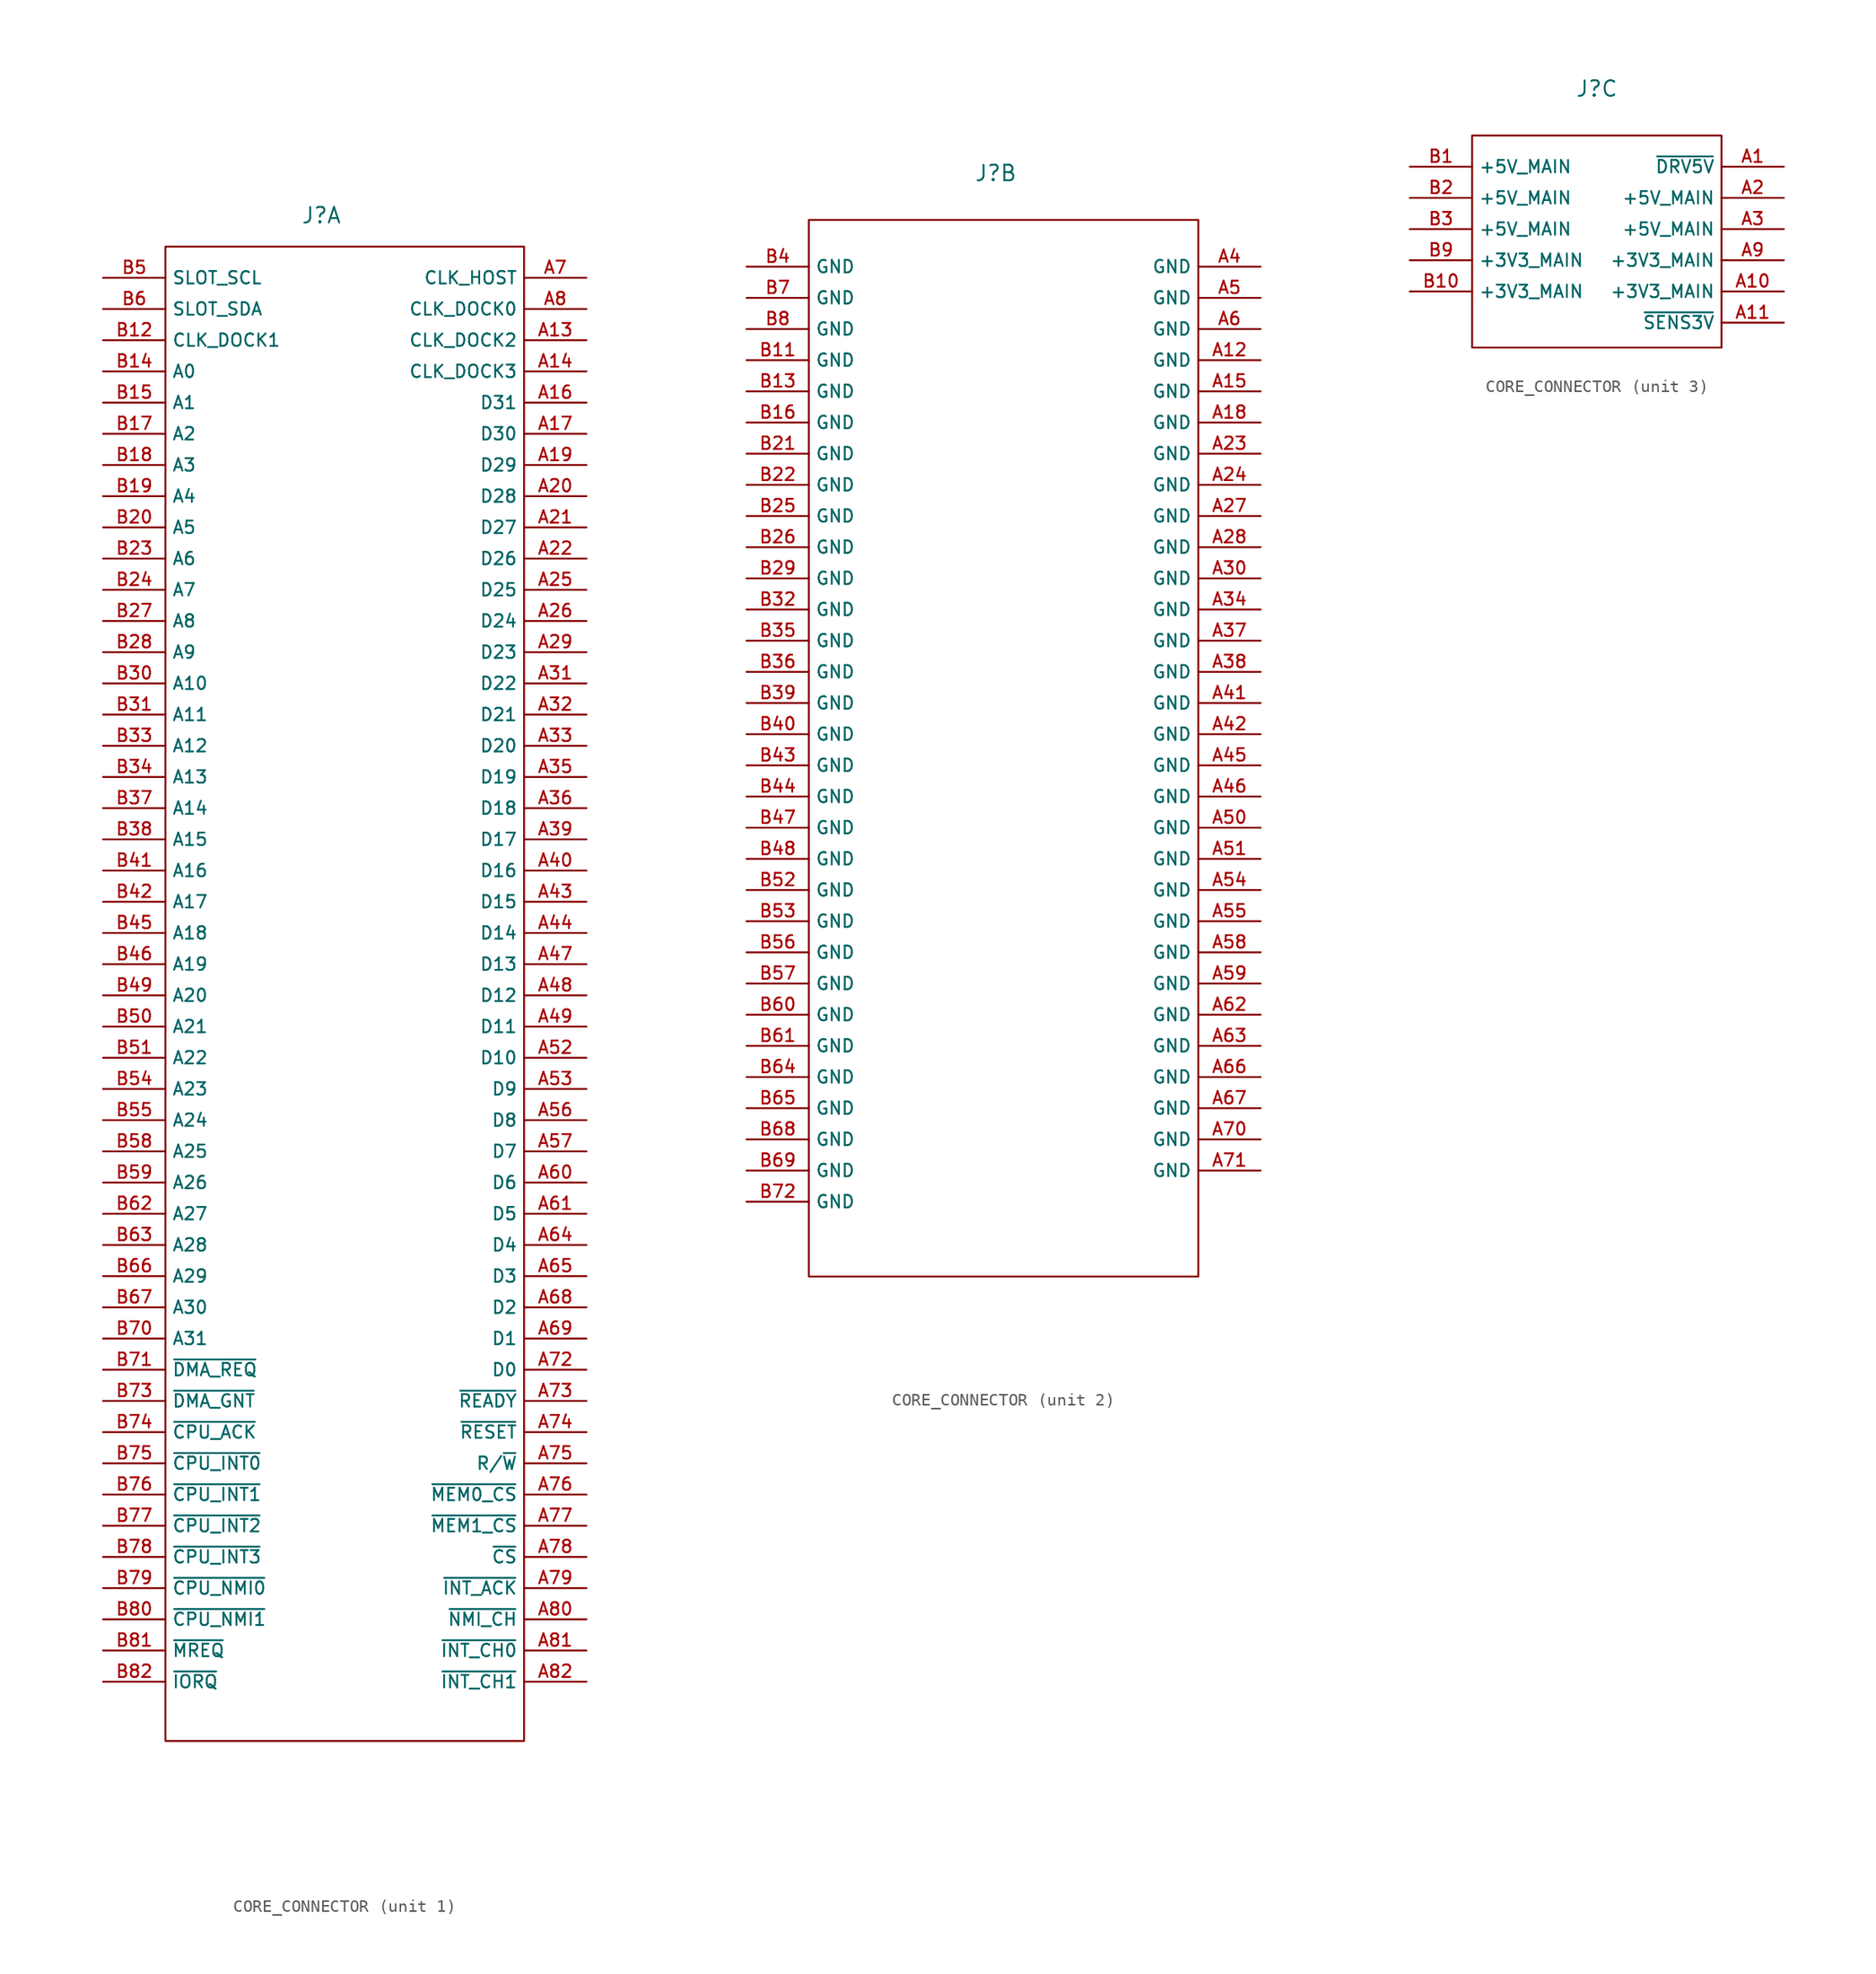
<source format=kicad_sym>
(kicad_symbol_lib
  (version 20241209)
  (generator "kicad_symbol_editor")
  (generator_version "9.0")
  (symbol "CORE_CONNECTOR"
    (property "Reference" "J"
      (at -11.43 2.54 0)
      (effects (font (size 1.27 1.27))))
    (property "Value" ""
      (at -11.43 2.54 0)
      (effects (font (size 1.27 1.27))))
    (property "ki_locked" ""
      (at 0 0 0)
      (effects (font (size 1.27 1.27))))
    (symbol "CORE_CONNECTOR_1_0"
      (pin bidirectional line (at -29.21 -2.54 0) (length 5.08) (name "SLOT_SCL" (effects (font (size 1.016 1.016)))) (number "B5" (effects (font (size 1.016 1.016)))))
      (pin bidirectional line (at -29.21 -5.08 0) (length 5.08) (name "SLOT_SDA" (effects (font (size 1.016 1.016)))) (number "B6" (effects (font (size 1.016 1.016)))))
      (pin bidirectional line (at -29.21 -7.62 0) (length 5.08) (name "CLK_DOCK1" (effects (font (size 1.016 1.016)))) (number "B12" (effects (font (size 1.016 1.016)))))
      (pin bidirectional line (at -29.21 -10.16 0) (length 5.08) (name "A0" (effects (font (size 1.016 1.016)))) (number "B14" (effects (font (size 1.016 1.016)))))
      (pin bidirectional line (at -29.21 -12.7 0) (length 5.08) (name "A1" (effects (font (size 1.016 1.016)))) (number "B15" (effects (font (size 1.016 1.016)))))
      (pin bidirectional line (at -29.21 -15.24 0) (length 5.08) (name "A2" (effects (font (size 1.016 1.016)))) (number "B17" (effects (font (size 1.016 1.016)))))
      (pin bidirectional line (at -29.21 -17.78 0) (length 5.08) (name "A3" (effects (font (size 1.016 1.016)))) (number "B18" (effects (font (size 1.016 1.016)))))
      (pin bidirectional line (at -29.21 -20.32 0) (length 5.08) (name "A4" (effects (font (size 1.016 1.016)))) (number "B19" (effects (font (size 1.016 1.016)))))
      (pin bidirectional line (at -29.21 -22.86 0) (length 5.08) (name "A5" (effects (font (size 1.016 1.016)))) (number "B20" (effects (font (size 1.016 1.016)))))
      (pin bidirectional line (at -29.21 -25.4 0) (length 5.08) (name "A6" (effects (font (size 1.016 1.016)))) (number "B23" (effects (font (size 1.016 1.016)))))
      (pin bidirectional line (at -29.21 -27.94 0) (length 5.08) (name "A7" (effects (font (size 1.016 1.016)))) (number "B24" (effects (font (size 1.016 1.016)))))
      (pin bidirectional line (at -29.21 -30.48 0) (length 5.08) (name "A8" (effects (font (size 1.016 1.016)))) (number "B27" (effects (font (size 1.016 1.016)))))
      (pin bidirectional line (at -29.21 -33.02 0) (length 5.08) (name "A9" (effects (font (size 1.016 1.016)))) (number "B28" (effects (font (size 1.016 1.016)))))
      (pin bidirectional line (at -29.21 -35.56 0) (length 5.08) (name "A10" (effects (font (size 1.016 1.016)))) (number "B30" (effects (font (size 1.016 1.016)))))
      (pin bidirectional line (at -29.21 -38.1 0) (length 5.08) (name "A11" (effects (font (size 1.016 1.016)))) (number "B31" (effects (font (size 1.016 1.016)))))
      (pin bidirectional line (at -29.21 -40.64 0) (length 5.08) (name "A12" (effects (font (size 1.016 1.016)))) (number "B33" (effects (font (size 1.016 1.016)))))
      (pin bidirectional line (at -29.21 -43.18 0) (length 5.08) (name "A13" (effects (font (size 1.016 1.016)))) (number "B34" (effects (font (size 1.016 1.016)))))
      (pin bidirectional line (at -29.21 -45.72 0) (length 5.08) (name "A14" (effects (font (size 1.016 1.016)))) (number "B37" (effects (font (size 1.016 1.016)))))
      (pin bidirectional line (at -29.21 -48.26 0) (length 5.08) (name "A15" (effects (font (size 1.016 1.016)))) (number "B38" (effects (font (size 1.016 1.016)))))
      (pin bidirectional line (at -29.21 -50.8 0) (length 5.08) (name "A16" (effects (font (size 1.016 1.016)))) (number "B41" (effects (font (size 1.016 1.016)))))
      (pin bidirectional line (at -29.21 -53.34 0) (length 5.08) (name "A17" (effects (font (size 1.016 1.016)))) (number "B42" (effects (font (size 1.016 1.016)))))
      (pin bidirectional line (at -29.21 -55.88 0) (length 5.08) (name "A18" (effects (font (size 1.016 1.016)))) (number "B45" (effects (font (size 1.016 1.016)))))
      (pin bidirectional line (at -29.21 -58.42 0) (length 5.08) (name "A19" (effects (font (size 1.016 1.016)))) (number "B46" (effects (font (size 1.016 1.016)))))
      (pin bidirectional line (at -29.21 -60.96 0) (length 5.08) (name "A20" (effects (font (size 1.016 1.016)))) (number "B49" (effects (font (size 1.016 1.016)))))
      (pin bidirectional line (at -29.21 -63.5 0) (length 5.08) (name "A21" (effects (font (size 1.016 1.016)))) (number "B50" (effects (font (size 1.016 1.016)))))
      (pin bidirectional line (at -29.21 -66.04 0) (length 5.08) (name "A22" (effects (font (size 1.016 1.016)))) (number "B51" (effects (font (size 1.016 1.016)))))
      (pin bidirectional line (at -29.21 -68.58 0) (length 5.08) (name "A23" (effects (font (size 1.016 1.016)))) (number "B54" (effects (font (size 1.016 1.016)))))
      (pin bidirectional line (at -29.21 -71.12 0) (length 5.08) (name "A24" (effects (font (size 1.016 1.016)))) (number "B55" (effects (font (size 1.016 1.016)))))
      (pin bidirectional line (at -29.21 -73.66 0) (length 5.08) (name "A25" (effects (font (size 1.016 1.016)))) (number "B58" (effects (font (size 1.016 1.016)))))
      (pin bidirectional line (at -29.21 -76.2 0) (length 5.08) (name "A26" (effects (font (size 1.016 1.016)))) (number "B59" (effects (font (size 1.016 1.016)))))
      (pin bidirectional line (at -29.21 -78.74 0) (length 5.08) (name "A27" (effects (font (size 1.016 1.016)))) (number "B62" (effects (font (size 1.016 1.016)))))
      (pin bidirectional line (at -29.21 -81.28 0) (length 5.08) (name "A28" (effects (font (size 1.016 1.016)))) (number "B63" (effects (font (size 1.016 1.016)))))
      (pin bidirectional line (at -29.21 -83.82 0) (length 5.08) (name "A29" (effects (font (size 1.016 1.016)))) (number "B66" (effects (font (size 1.016 1.016)))))
      (pin bidirectional line (at -29.21 -86.36 0) (length 5.08) (name "A30" (effects (font (size 1.016 1.016)))) (number "B67" (effects (font (size 1.016 1.016)))))
      (pin bidirectional line (at -29.21 -88.9 0) (length 5.08) (name "A31" (effects (font (size 1.016 1.016)))) (number "B70" (effects (font (size 1.016 1.016)))))
      (pin bidirectional line (at -29.21 -91.44 0) (length 5.08) (name "~{DMA_REQ}" (effects (font (size 1.016 1.016)))) (number "B71" (effects (font (size 1.016 1.016)))))
      (pin bidirectional line (at -29.21 -93.98 0) (length 5.08) (name "~{DMA_GNT}" (effects (font (size 1.016 1.016)))) (number "B73" (effects (font (size 1.016 1.016)))))
      (pin bidirectional line (at -29.21 -96.52 0) (length 5.08) (name "~{CPU_ACK}" (effects (font (size 1.016 1.016)))) (number "B74" (effects (font (size 1.016 1.016)))))
      (pin bidirectional line (at -29.21 -99.06 0) (length 5.08) (name "~{CPU_INT0}" (effects (font (size 1.016 1.016)))) (number "B75" (effects (font (size 1.016 1.016)))))
      (pin bidirectional line (at -29.21 -101.6 0) (length 5.08) (name "~{CPU_INT1}" (effects (font (size 1.016 1.016)))) (number "B76" (effects (font (size 1.016 1.016)))))
      (pin bidirectional line (at -29.21 -104.14 0) (length 5.08) (name "~{CPU_INT2}" (effects (font (size 1.016 1.016)))) (number "B77" (effects (font (size 1.016 1.016)))))
      (pin bidirectional line (at -29.21 -106.68 0) (length 5.08) (name "~{CPU_INT3}" (effects (font (size 1.016 1.016)))) (number "B78" (effects (font (size 1.016 1.016)))))
      (pin bidirectional line (at -29.21 -109.22 0) (length 5.08) (name "~{CPU_NMI0}" (effects (font (size 1.016 1.016)))) (number "B79" (effects (font (size 1.016 1.016)))))
      (pin bidirectional line (at -29.21 -111.76 0) (length 5.08) (name "~{CPU_NMI1}" (effects (font (size 1.016 1.016)))) (number "B80" (effects (font (size 1.016 1.016)))))
      (pin bidirectional line (at -29.21 -114.3 0) (length 5.08) (name "~{MREQ}" (effects (font (size 1.016 1.016)))) (number "B81" (effects (font (size 1.016 1.016)))))
      (pin bidirectional line (at -29.21 -116.84 0) (length 5.08) (name "~{IORQ}" (effects (font (size 1.016 1.016)))) (number "B82" (effects (font (size 1.016 1.016)))))
      (pin bidirectional line (at 10.16 -2.54 180) (length 5.08) (name "CLK_HOST" (effects (font (size 1.016 1.016)))) (number "A7" (effects (font (size 1.016 1.016)))))
      (pin bidirectional line (at 10.16 -5.08 180) (length 5.08) (name "CLK_DOCK0" (effects (font (size 1.016 1.016)))) (number "A8" (effects (font (size 1.016 1.016)))))
      (pin bidirectional line (at 10.16 -7.62 180) (length 5.08) (name "CLK_DOCK2" (effects (font (size 1.016 1.016)))) (number "A13" (effects (font (size 1.016 1.016)))))
      (pin bidirectional line (at 10.16 -10.16 180) (length 5.08) (name "CLK_DOCK3" (effects (font (size 1.016 1.016)))) (number "A14" (effects (font (size 1.016 1.016)))))
      (pin bidirectional line (at 10.16 -12.7 180) (length 5.08) (name "D31" (effects (font (size 1.016 1.016)))) (number "A16" (effects (font (size 1.016 1.016)))))
      (pin bidirectional line (at 10.16 -15.24 180) (length 5.08) (name "D30" (effects (font (size 1.016 1.016)))) (number "A17" (effects (font (size 1.016 1.016)))))
      (pin bidirectional line (at 10.16 -17.78 180) (length 5.08) (name "D29" (effects (font (size 1.016 1.016)))) (number "A19" (effects (font (size 1.016 1.016)))))
      (pin bidirectional line (at 10.16 -20.32 180) (length 5.08) (name "D28" (effects (font (size 1.016 1.016)))) (number "A20" (effects (font (size 1.016 1.016)))))
      (pin bidirectional line (at 10.16 -22.86 180) (length 5.08) (name "D27" (effects (font (size 1.016 1.016)))) (number "A21" (effects (font (size 1.016 1.016)))))
      (pin bidirectional line (at 10.16 -25.4 180) (length 5.08) (name "D26" (effects (font (size 1.016 1.016)))) (number "A22" (effects (font (size 1.016 1.016)))))
      (pin bidirectional line (at 10.16 -27.94 180) (length 5.08) (name "D25" (effects (font (size 1.016 1.016)))) (number "A25" (effects (font (size 1.016 1.016)))))
      (pin bidirectional line (at 10.16 -30.48 180) (length 5.08) (name "D24" (effects (font (size 1.016 1.016)))) (number "A26" (effects (font (size 1.016 1.016)))))
      (pin bidirectional line (at 10.16 -33.02 180) (length 5.08) (name "D23" (effects (font (size 1.016 1.016)))) (number "A29" (effects (font (size 1.016 1.016)))))
      (pin bidirectional line (at 10.16 -35.56 180) (length 5.08) (name "D22" (effects (font (size 1.016 1.016)))) (number "A31" (effects (font (size 1.016 1.016)))))
      (pin bidirectional line (at 10.16 -38.1 180) (length 5.08) (name "D21" (effects (font (size 1.016 1.016)))) (number "A32" (effects (font (size 1.016 1.016)))))
      (pin bidirectional line (at 10.16 -40.64 180) (length 5.08) (name "D20" (effects (font (size 1.016 1.016)))) (number "A33" (effects (font (size 1.016 1.016)))))
      (pin bidirectional line (at 10.16 -43.18 180) (length 5.08) (name "D19" (effects (font (size 1.016 1.016)))) (number "A35" (effects (font (size 1.016 1.016)))))
      (pin bidirectional line (at 10.16 -45.72 180) (length 5.08) (name "D18" (effects (font (size 1.016 1.016)))) (number "A36" (effects (font (size 1.016 1.016)))))
      (pin bidirectional line (at 10.16 -48.26 180) (length 5.08) (name "D17" (effects (font (size 1.016 1.016)))) (number "A39" (effects (font (size 1.016 1.016)))))
      (pin bidirectional line (at 10.16 -50.8 180) (length 5.08) (name "D16" (effects (font (size 1.016 1.016)))) (number "A40" (effects (font (size 1.016 1.016)))))
      (pin bidirectional line (at 10.16 -53.34 180) (length 5.08) (name "D15" (effects (font (size 1.016 1.016)))) (number "A43" (effects (font (size 1.016 1.016)))))
      (pin bidirectional line (at 10.16 -55.88 180) (length 5.08) (name "D14" (effects (font (size 1.016 1.016)))) (number "A44" (effects (font (size 1.016 1.016)))))
      (pin bidirectional line (at 10.16 -58.42 180) (length 5.08) (name "D13" (effects (font (size 1.016 1.016)))) (number "A47" (effects (font (size 1.016 1.016)))))
      (pin bidirectional line (at 10.16 -60.96 180) (length 5.08) (name "D12" (effects (font (size 1.016 1.016)))) (number "A48" (effects (font (size 1.016 1.016)))))
      (pin bidirectional line (at 10.16 -63.5 180) (length 5.08) (name "D11" (effects (font (size 1.016 1.016)))) (number "A49" (effects (font (size 1.016 1.016)))))
      (pin bidirectional line (at 10.16 -66.04 180) (length 5.08) (name "D10" (effects (font (size 1.016 1.016)))) (number "A52" (effects (font (size 1.016 1.016)))))
      (pin bidirectional line (at 10.16 -68.58 180) (length 5.08) (name "D9" (effects (font (size 1.016 1.016)))) (number "A53" (effects (font (size 1.016 1.016)))))
      (pin bidirectional line (at 10.16 -71.12 180) (length 5.08) (name "D8" (effects (font (size 1.016 1.016)))) (number "A56" (effects (font (size 1.016 1.016)))))
      (pin bidirectional line (at 10.16 -73.66 180) (length 5.08) (name "D7" (effects (font (size 1.016 1.016)))) (number "A57" (effects (font (size 1.016 1.016)))))
      (pin bidirectional line (at 10.16 -76.2 180) (length 5.08) (name "D6" (effects (font (size 1.016 1.016)))) (number "A60" (effects (font (size 1.016 1.016)))))
      (pin bidirectional line (at 10.16 -78.74 180) (length 5.08) (name "D5" (effects (font (size 1.016 1.016)))) (number "A61" (effects (font (size 1.016 1.016)))))
      (pin bidirectional line (at 10.16 -81.28 180) (length 5.08) (name "D4" (effects (font (size 1.016 1.016)))) (number "A64" (effects (font (size 1.016 1.016)))))
      (pin bidirectional line (at 10.16 -83.82 180) (length 5.08) (name "D3" (effects (font (size 1.016 1.016)))) (number "A65" (effects (font (size 1.016 1.016)))))
      (pin bidirectional line (at 10.16 -86.36 180) (length 5.08) (name "D2" (effects (font (size 1.016 1.016)))) (number "A68" (effects (font (size 1.016 1.016)))))
      (pin bidirectional line (at 10.16 -88.9 180) (length 5.08) (name "D1" (effects (font (size 1.016 1.016)))) (number "A69" (effects (font (size 1.016 1.016)))))
      (pin bidirectional line (at 10.16 -91.44 180) (length 5.08) (name "D0" (effects (font (size 1.016 1.016)))) (number "A72" (effects (font (size 1.016 1.016)))))
      (pin bidirectional line (at 10.16 -93.98 180) (length 5.08) (name "~{READY}" (effects (font (size 1.016 1.016)))) (number "A73" (effects (font (size 1.016 1.016)))))
      (pin bidirectional line (at 10.16 -96.52 180) (length 5.08) (name "~{RESET}" (effects (font (size 1.016 1.016)))) (number "A74" (effects (font (size 1.016 1.016)))))
      (pin bidirectional line (at 10.16 -99.06 180) (length 5.08) (name "R/~{W}" (effects (font (size 1.016 1.016)))) (number "A75" (effects (font (size 1.016 1.016)))))
      (pin bidirectional line (at 10.16 -101.6 180) (length 5.08) (name "~{MEM0_CS}" (effects (font (size 1.016 1.016)))) (number "A76" (effects (font (size 1.016 1.016)))))
      (pin bidirectional line (at 10.16 -104.14 180) (length 5.08) (name "~{MEM1_CS}" (effects (font (size 1.016 1.016)))) (number "A77" (effects (font (size 1.016 1.016)))))
      (pin bidirectional line (at 10.16 -106.68 180) (length 5.08) (name "~{CS}" (effects (font (size 1.016 1.016)))) (number "A78" (effects (font (size 1.016 1.016)))))
      (pin bidirectional line (at 10.16 -109.22 180) (length 5.08) (name "~{INT_ACK}" (effects (font (size 1.016 1.016)))) (number "A79" (effects (font (size 1.016 1.016)))))
      (pin bidirectional line (at 10.16 -111.76 180) (length 5.08) (name "~{NMI_CH}" (effects (font (size 1.016 1.016)))) (number "A80" (effects (font (size 1.016 1.016)))))
      (pin bidirectional line (at 10.16 -114.3 180) (length 5.08) (name "~{INT_CH0}" (effects (font (size 1.016 1.016)))) (number "A81" (effects (font (size 1.016 1.016)))))
      (pin bidirectional line (at 10.16 -116.84 180) (length 5.08) (name "~{INT_CH1}" (effects (font (size 1.016 1.016)))) (number "A82" (effects (font (size 1.016 1.016))))))
    (symbol "CORE_CONNECTOR_1_1"
      (rectangle (start -24.13 0) (end 5.08 -121.666) (stroke (width 0) (type solid)) (fill (type none))))
    (symbol "CORE_CONNECTOR_2_0"
      (pin power_in line (at -31.75 -5.08 0) (length 5.08) (name "GND" (effects (font (size 1.016 1.016)))) (number "B4" (effects (font (size 1.016 1.016)))))
      (pin power_in line (at -31.75 -7.62 0) (length 5.08) (name "GND" (effects (font (size 1.016 1.016)))) (number "B7" (effects (font (size 1.016 1.016)))))
      (pin power_in line (at -31.75 -10.16 0) (length 5.08) (name "GND" (effects (font (size 1.016 1.016)))) (number "B8" (effects (font (size 1.016 1.016)))))
      (pin power_in line (at -31.75 -12.7 0) (length 5.08) (name "GND" (effects (font (size 1.016 1.016)))) (number "B11" (effects (font (size 1.016 1.016)))))
      (pin power_in line (at -31.75 -15.24 0) (length 5.08) (name "GND" (effects (font (size 1.016 1.016)))) (number "B13" (effects (font (size 1.016 1.016)))))
      (pin power_in line (at -31.75 -17.78 0) (length 5.08) (name "GND" (effects (font (size 1.016 1.016)))) (number "B16" (effects (font (size 1.016 1.016)))))
      (pin power_in line (at -31.75 -20.32 0) (length 5.08) (name "GND" (effects (font (size 1.016 1.016)))) (number "B21" (effects (font (size 1.016 1.016)))))
      (pin power_in line (at -31.75 -22.86 0) (length 5.08) (name "GND" (effects (font (size 1.016 1.016)))) (number "B22" (effects (font (size 1.016 1.016)))))
      (pin power_in line (at -31.75 -25.4 0) (length 5.08) (name "GND" (effects (font (size 1.016 1.016)))) (number "B25" (effects (font (size 1.016 1.016)))))
      (pin power_in line (at -31.75 -27.94 0) (length 5.08) (name "GND" (effects (font (size 1.016 1.016)))) (number "B26" (effects (font (size 1.016 1.016)))))
      (pin power_in line (at -31.75 -30.48 0) (length 5.08) (name "GND" (effects (font (size 1.016 1.016)))) (number "B29" (effects (font (size 1.016 1.016)))))
      (pin power_in line (at -31.75 -33.02 0) (length 5.08) (name "GND" (effects (font (size 1.016 1.016)))) (number "B32" (effects (font (size 1.016 1.016)))))
      (pin power_in line (at -31.75 -35.56 0) (length 5.08) (name "GND" (effects (font (size 1.016 1.016)))) (number "B35" (effects (font (size 1.016 1.016)))))
      (pin power_in line (at -31.75 -38.1 0) (length 5.08) (name "GND" (effects (font (size 1.016 1.016)))) (number "B36" (effects (font (size 1.016 1.016)))))
      (pin power_in line (at -31.75 -40.64 0) (length 5.08) (name "GND" (effects (font (size 1.016 1.016)))) (number "B39" (effects (font (size 1.016 1.016)))))
      (pin power_in line (at -31.75 -43.18 0) (length 5.08) (name "GND" (effects (font (size 1.016 1.016)))) (number "B40" (effects (font (size 1.016 1.016)))))
      (pin power_in line (at -31.75 -45.72 0) (length 5.08) (name "GND" (effects (font (size 1.016 1.016)))) (number "B43" (effects (font (size 1.016 1.016)))))
      (pin power_in line (at -31.75 -48.26 0) (length 5.08) (name "GND" (effects (font (size 1.016 1.016)))) (number "B44" (effects (font (size 1.016 1.016)))))
      (pin power_in line (at -31.75 -50.8 0) (length 5.08) (name "GND" (effects (font (size 1.016 1.016)))) (number "B47" (effects (font (size 1.016 1.016)))))
      (pin power_in line (at -31.75 -53.34 0) (length 5.08) (name "GND" (effects (font (size 1.016 1.016)))) (number "B48" (effects (font (size 1.016 1.016)))))
      (pin power_in line (at -31.75 -55.88 0) (length 5.08) (name "GND" (effects (font (size 1.016 1.016)))) (number "B52" (effects (font (size 1.016 1.016)))))
      (pin power_in line (at -31.75 -58.42 0) (length 5.08) (name "GND" (effects (font (size 1.016 1.016)))) (number "B53" (effects (font (size 1.016 1.016)))))
      (pin power_in line (at -31.75 -60.96 0) (length 5.08) (name "GND" (effects (font (size 1.016 1.016)))) (number "B56" (effects (font (size 1.016 1.016)))))
      (pin power_in line (at -31.75 -63.5 0) (length 5.08) (name "GND" (effects (font (size 1.016 1.016)))) (number "B57" (effects (font (size 1.016 1.016)))))
      (pin power_in line (at -31.75 -66.04 0) (length 5.08) (name "GND" (effects (font (size 1.016 1.016)))) (number "B60" (effects (font (size 1.016 1.016)))))
      (pin power_in line (at -31.75 -68.58 0) (length 5.08) (name "GND" (effects (font (size 1.016 1.016)))) (number "B61" (effects (font (size 1.016 1.016)))))
      (pin power_in line (at -31.75 -71.12 0) (length 5.08) (name "GND" (effects (font (size 1.016 1.016)))) (number "B64" (effects (font (size 1.016 1.016)))))
      (pin power_in line (at -31.75 -73.66 0) (length 5.08) (name "GND" (effects (font (size 1.016 1.016)))) (number "B65" (effects (font (size 1.016 1.016)))))
      (pin power_in line (at -31.75 -76.2 0) (length 5.08) (name "GND" (effects (font (size 1.016 1.016)))) (number "B68" (effects (font (size 1.016 1.016)))))
      (pin power_in line (at -31.75 -78.74 0) (length 5.08) (name "GND" (effects (font (size 1.016 1.016)))) (number "B69" (effects (font (size 1.016 1.016)))))
      (pin power_in line (at -31.75 -81.28 0) (length 5.08) (name "GND" (effects (font (size 1.016 1.016)))) (number "B72" (effects (font (size 1.016 1.016)))))
      (pin power_in line (at 10.16 -5.08 180) (length 5.08) (name "GND" (effects (font (size 1.016 1.016)))) (number "A4" (effects (font (size 1.016 1.016)))))
      (pin power_in line (at 10.16 -7.62 180) (length 5.08) (name "GND" (effects (font (size 1.016 1.016)))) (number "A5" (effects (font (size 1.016 1.016)))))
      (pin power_in line (at 10.16 -10.16 180) (length 5.08) (name "GND" (effects (font (size 1.016 1.016)))) (number "A6" (effects (font (size 1.016 1.016)))))
      (pin power_in line (at 10.16 -12.7 180) (length 5.08) (name "GND" (effects (font (size 1.016 1.016)))) (number "A12" (effects (font (size 1.016 1.016)))))
      (pin power_in line (at 10.16 -15.24 180) (length 5.08) (name "GND" (effects (font (size 1.016 1.016)))) (number "A15" (effects (font (size 1.016 1.016)))))
      (pin power_in line (at 10.16 -17.78 180) (length 5.08) (name "GND" (effects (font (size 1.016 1.016)))) (number "A18" (effects (font (size 1.016 1.016)))))
      (pin power_in line (at 10.16 -20.32 180) (length 5.08) (name "GND" (effects (font (size 1.016 1.016)))) (number "A23" (effects (font (size 1.016 1.016)))))
      (pin power_in line (at 10.16 -22.86 180) (length 5.08) (name "GND" (effects (font (size 1.016 1.016)))) (number "A24" (effects (font (size 1.016 1.016)))))
      (pin power_in line (at 10.16 -25.4 180) (length 5.08) (name "GND" (effects (font (size 1.016 1.016)))) (number "A27" (effects (font (size 1.016 1.016)))))
      (pin power_in line (at 10.16 -27.94 180) (length 5.08) (name "GND" (effects (font (size 1.016 1.016)))) (number "A28" (effects (font (size 1.016 1.016)))))
      (pin power_in line (at 10.16 -30.48 180) (length 5.08) (name "GND" (effects (font (size 1.016 1.016)))) (number "A30" (effects (font (size 1.016 1.016)))))
      (pin power_in line (at 10.16 -33.02 180) (length 5.08) (name "GND" (effects (font (size 1.016 1.016)))) (number "A34" (effects (font (size 1.016 1.016)))))
      (pin power_in line (at 10.16 -35.56 180) (length 5.08) (name "GND" (effects (font (size 1.016 1.016)))) (number "A37" (effects (font (size 1.016 1.016)))))
      (pin power_in line (at 10.16 -38.1 180) (length 5.08) (name "GND" (effects (font (size 1.016 1.016)))) (number "A38" (effects (font (size 1.016 1.016)))))
      (pin power_in line (at 10.16 -40.64 180) (length 5.08) (name "GND" (effects (font (size 1.016 1.016)))) (number "A41" (effects (font (size 1.016 1.016)))))
      (pin power_in line (at 10.16 -43.18 180) (length 5.08) (name "GND" (effects (font (size 1.016 1.016)))) (number "A42" (effects (font (size 1.016 1.016)))))
      (pin power_in line (at 10.16 -45.72 180) (length 5.08) (name "GND" (effects (font (size 1.016 1.016)))) (number "A45" (effects (font (size 1.016 1.016)))))
      (pin power_in line (at 10.16 -48.26 180) (length 5.08) (name "GND" (effects (font (size 1.016 1.016)))) (number "A46" (effects (font (size 1.016 1.016)))))
      (pin power_in line (at 10.16 -50.8 180) (length 5.08) (name "GND" (effects (font (size 1.016 1.016)))) (number "A50" (effects (font (size 1.016 1.016)))))
      (pin power_in line (at 10.16 -53.34 180) (length 5.08) (name "GND" (effects (font (size 1.016 1.016)))) (number "A51" (effects (font (size 1.016 1.016)))))
      (pin power_in line (at 10.16 -55.88 180) (length 5.08) (name "GND" (effects (font (size 1.016 1.016)))) (number "A54" (effects (font (size 1.016 1.016)))))
      (pin power_in line (at 10.16 -58.42 180) (length 5.08) (name "GND" (effects (font (size 1.016 1.016)))) (number "A55" (effects (font (size 1.016 1.016)))))
      (pin power_in line (at 10.16 -60.96 180) (length 5.08) (name "GND" (effects (font (size 1.016 1.016)))) (number "A58" (effects (font (size 1.016 1.016)))))
      (pin power_in line (at 10.16 -63.5 180) (length 5.08) (name "GND" (effects (font (size 1.016 1.016)))) (number "A59" (effects (font (size 1.016 1.016)))))
      (pin power_in line (at 10.16 -66.04 180) (length 5.08) (name "GND" (effects (font (size 1.016 1.016)))) (number "A62" (effects (font (size 1.016 1.016)))))
      (pin power_in line (at 10.16 -68.58 180) (length 5.08) (name "GND" (effects (font (size 1.016 1.016)))) (number "A63" (effects (font (size 1.016 1.016)))))
      (pin power_in line (at 10.16 -71.12 180) (length 5.08) (name "GND" (effects (font (size 1.016 1.016)))) (number "A66" (effects (font (size 1.016 1.016)))))
      (pin power_in line (at 10.16 -73.66 180) (length 5.08) (name "GND" (effects (font (size 1.016 1.016)))) (number "A67" (effects (font (size 1.016 1.016)))))
      (pin power_in line (at 10.16 -76.2 180) (length 5.08) (name "GND" (effects (font (size 1.016 1.016)))) (number "A70" (effects (font (size 1.016 1.016)))))
      (pin power_in line (at 10.16 -78.74 180) (length 5.08) (name "GND" (effects (font (size 1.016 1.016)))) (number "A71" (effects (font (size 1.016 1.016))))))
    (symbol "CORE_CONNECTOR_2_1"
      (rectangle (start -26.67 -1.27) (end 5.08 -87.376) (stroke (width 0) (type default)) (fill (type none))))
    (symbol "CORE_CONNECTOR_3_0"
      (pin power_in line (at -26.67 -3.81 0) (length 5.08) (name "+5V_MAIN" (effects (font (size 1.016 1.016)))) (number "B1" (effects (font (size 1.016 1.016)))))
      (pin power_in line (at -26.67 -6.35 0) (length 5.08) (name "+5V_MAIN" (effects (font (size 1.016 1.016)))) (number "B2" (effects (font (size 1.016 1.016)))))
      (pin power_in line (at -26.67 -8.89 0) (length 5.08) (name "+5V_MAIN" (effects (font (size 1.016 1.016)))) (number "B3" (effects (font (size 1.016 1.016)))))
      (pin power_in line (at -26.67 -11.43 0) (length 5.08) (name "+3V3_MAIN" (effects (font (size 1.016 1.016)))) (number "B9" (effects (font (size 1.016 1.016)))))
      (pin power_in line (at -26.67 -13.97 0) (length 5.08) (name "+3V3_MAIN" (effects (font (size 1.016 1.016)))) (number "B10" (effects (font (size 1.016 1.016)))))
      (pin passive line (at 3.81 -3.81 180) (length 5.08) (name "~{DRV5V}" (effects (font (size 1.016 1.016)))) (number "A1" (effects (font (size 1.016 1.016)))))
      (pin power_in line (at 3.81 -6.35 180) (length 5.08) (name "+5V_MAIN" (effects (font (size 1.016 1.016)))) (number "A2" (effects (font (size 1.016 1.016)))))
      (pin power_in line (at 3.81 -8.89 180) (length 5.08) (name "+5V_MAIN" (effects (font (size 1.016 1.016)))) (number "A3" (effects (font (size 1.016 1.016)))))
      (pin power_in line (at 3.81 -11.43 180) (length 5.08) (name "+3V3_MAIN" (effects (font (size 1.016 1.016)))) (number "A9" (effects (font (size 1.016 1.016)))))
      (pin power_in line (at 3.81 -13.97 180) (length 5.08) (name "+3V3_MAIN" (effects (font (size 1.016 1.016)))) (number "A10" (effects (font (size 1.016 1.016)))))
      (pin passive line (at 3.81 -16.51 180) (length 5.08) (name "~{SENS3V}" (effects (font (size 1.016 1.016)))) (number "A11" (effects (font (size 1.016 1.016))))))
    (symbol "CORE_CONNECTOR_3_1"
      (rectangle (start -21.59 -1.27) (end -1.27 -18.542) (stroke (width 0) (type default)) (fill (type none))))))
</source>
